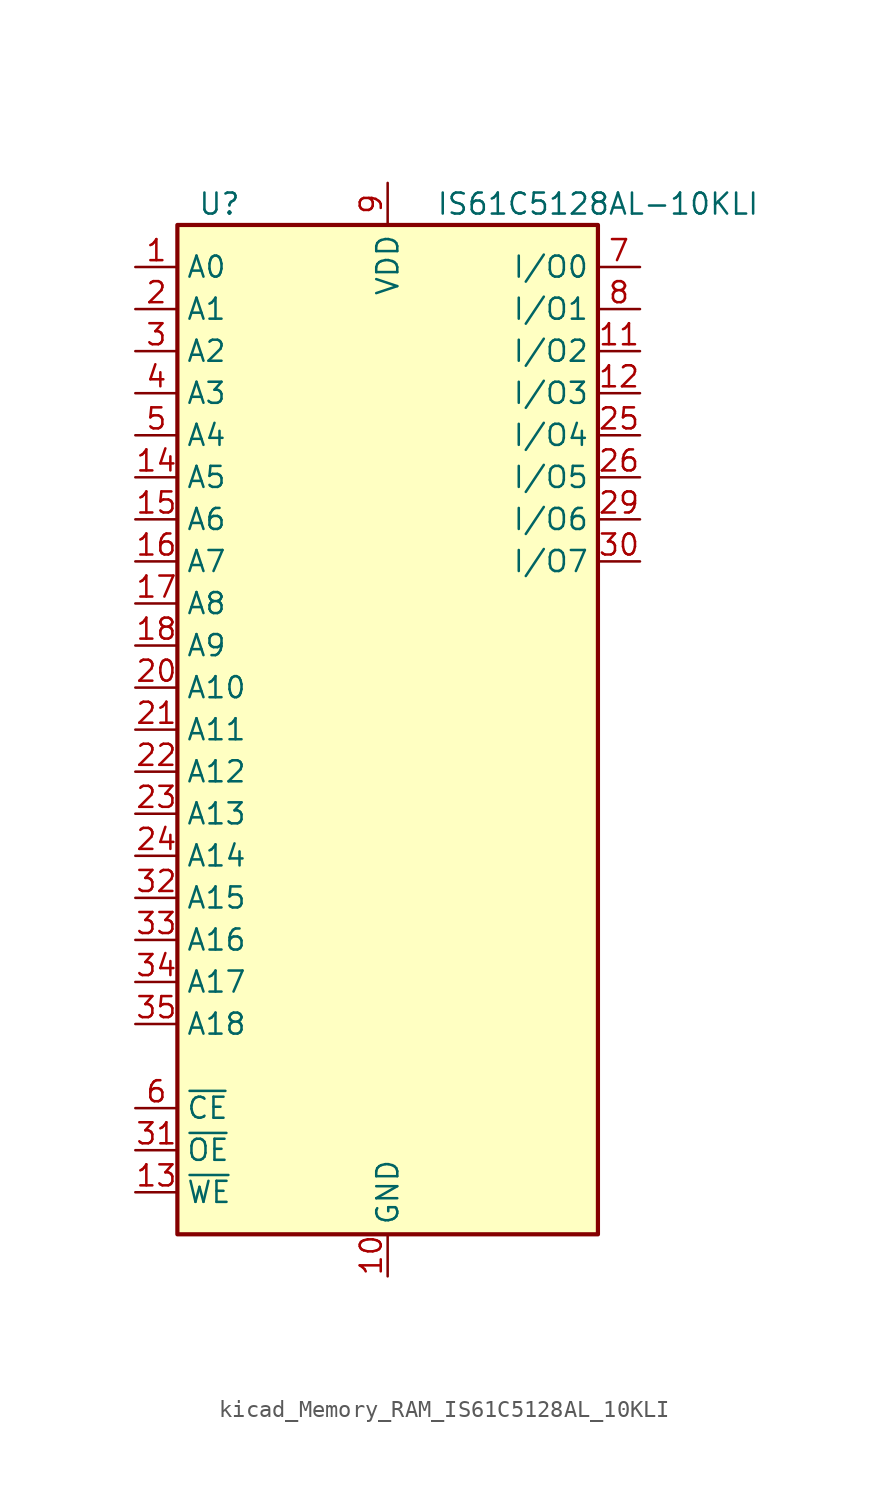
<source format=kicad_sym>
(kicad_symbol_lib
  (version 20220914)
  (generator kicad_symbol_editor)
  (symbol "kicad_Memory_RAM_IS61C5128AL_10KLI"
    (property "Reference" "U"
      (at -10.16 31.75 0)
      (effects (font (size 1.27 1.27))))
    (property "Value" "IS61C5128AL-10KLI"
      (at 12.7 31.75 0)
      (effects (font (size 1.27 1.27))))
    (symbol "kicad_Memory_RAM_IS61C5128AL_10KLI_0_1"
      (rectangle (start -12.7 30.48) (end 12.7 -30.48) (stroke (width 0.254) (type default)) (fill (type background))))
    (symbol "kicad_Memory_RAM_IS61C5128AL_10KLI_1_1"
      (pin input line (at -15.24 27.94 0) (length 2.54) (name "A0" (effects (font (size 1.27 1.27)))) (number "1" (effects (font (size 1.27 1.27)))))
      (pin power_in line (at 0 -33.02 90) (length 2.54) (name "GND" (effects (font (size 1.27 1.27)))) (number "10" (effects (font (size 1.27 1.27)))))
      (pin bidirectional line (at 15.24 22.86 180) (length 2.54) (name "I/O2" (effects (font (size 1.27 1.27)))) (number "11" (effects (font (size 1.27 1.27)))))
      (pin bidirectional line (at 15.24 20.32 180) (length 2.54) (name "I/O3" (effects (font (size 1.27 1.27)))) (number "12" (effects (font (size 1.27 1.27)))))
      (pin input line (at -15.24 -27.94 0) (length 2.54) (name "~{WE}" (effects (font (size 1.27 1.27)))) (number "13" (effects (font (size 1.27 1.27)))))
      (pin input line (at -15.24 15.24 0) (length 2.54) (name "A5" (effects (font (size 1.27 1.27)))) (number "14" (effects (font (size 1.27 1.27)))))
      (pin input line (at -15.24 12.7 0) (length 2.54) (name "A6" (effects (font (size 1.27 1.27)))) (number "15" (effects (font (size 1.27 1.27)))))
      (pin input line (at -15.24 10.16 0) (length 2.54) (name "A7" (effects (font (size 1.27 1.27)))) (number "16" (effects (font (size 1.27 1.27)))))
      (pin input line (at -15.24 7.62 0) (length 2.54) (name "A8" (effects (font (size 1.27 1.27)))) (number "17" (effects (font (size 1.27 1.27)))))
      (pin input line (at -15.24 5.08 0) (length 2.54) (name "A9" (effects (font (size 1.27 1.27)))) (number "18" (effects (font (size 1.27 1.27)))))
      (pin no_connect line (at 12.7 -27.94 180) (length 2.54) hide (name "NC" (effects (font (size 1.27 1.27)))) (number "19" (effects (font (size 1.27 1.27)))))
      (pin input line (at -15.24 25.4 0) (length 2.54) (name "A1" (effects (font (size 1.27 1.27)))) (number "2" (effects (font (size 1.27 1.27)))))
      (pin input line (at -15.24 2.54 0) (length 2.54) (name "A10" (effects (font (size 1.27 1.27)))) (number "20" (effects (font (size 1.27 1.27)))))
      (pin input line (at -15.24 0 0) (length 2.54) (name "A11" (effects (font (size 1.27 1.27)))) (number "21" (effects (font (size 1.27 1.27)))))
      (pin input line (at -15.24 -2.54 0) (length 2.54) (name "A12" (effects (font (size 1.27 1.27)))) (number "22" (effects (font (size 1.27 1.27)))))
      (pin input line (at -15.24 -5.08 0) (length 2.54) (name "A13" (effects (font (size 1.27 1.27)))) (number "23" (effects (font (size 1.27 1.27)))))
      (pin input line (at -15.24 -7.62 0) (length 2.54) (name "A14" (effects (font (size 1.27 1.27)))) (number "24" (effects (font (size 1.27 1.27)))))
      (pin bidirectional line (at 15.24 17.78 180) (length 2.54) (name "I/O4" (effects (font (size 1.27 1.27)))) (number "25" (effects (font (size 1.27 1.27)))))
      (pin bidirectional line (at 15.24 15.24 180) (length 2.54) (name "I/O5" (effects (font (size 1.27 1.27)))) (number "26" (effects (font (size 1.27 1.27)))))
      (pin passive line (at 0 33.02 270) (length 2.54) hide (name "VDD" (effects (font (size 1.27 1.27)))) (number "27" (effects (font (size 1.27 1.27)))))
      (pin passive line (at 0 -33.02 90) (length 2.54) hide (name "GND" (effects (font (size 1.27 1.27)))) (number "28" (effects (font (size 1.27 1.27)))))
      (pin bidirectional line (at 15.24 12.7 180) (length 2.54) (name "I/O6" (effects (font (size 1.27 1.27)))) (number "29" (effects (font (size 1.27 1.27)))))
      (pin input line (at -15.24 22.86 0) (length 2.54) (name "A2" (effects (font (size 1.27 1.27)))) (number "3" (effects (font (size 1.27 1.27)))))
      (pin bidirectional line (at 15.24 10.16 180) (length 2.54) (name "I/O7" (effects (font (size 1.27 1.27)))) (number "30" (effects (font (size 1.27 1.27)))))
      (pin input line (at -15.24 -25.4 0) (length 2.54) (name "~{OE}" (effects (font (size 1.27 1.27)))) (number "31" (effects (font (size 1.27 1.27)))))
      (pin input line (at -15.24 -10.16 0) (length 2.54) (name "A15" (effects (font (size 1.27 1.27)))) (number "32" (effects (font (size 1.27 1.27)))))
      (pin input line (at -15.24 -12.7 0) (length 2.54) (name "A16" (effects (font (size 1.27 1.27)))) (number "33" (effects (font (size 1.27 1.27)))))
      (pin input line (at -15.24 -15.24 0) (length 2.54) (name "A17" (effects (font (size 1.27 1.27)))) (number "34" (effects (font (size 1.27 1.27)))))
      (pin input line (at -15.24 -17.78 0) (length 2.54) (name "A18" (effects (font (size 1.27 1.27)))) (number "35" (effects (font (size 1.27 1.27)))))
      (pin no_connect line (at 12.7 -25.4 180) (length 2.54) hide (name "NC" (effects (font (size 1.27 1.27)))) (number "36" (effects (font (size 1.27 1.27)))))
      (pin input line (at -15.24 20.32 0) (length 2.54) (name "A3" (effects (font (size 1.27 1.27)))) (number "4" (effects (font (size 1.27 1.27)))))
      (pin input line (at -15.24 17.78 0) (length 2.54) (name "A4" (effects (font (size 1.27 1.27)))) (number "5" (effects (font (size 1.27 1.27)))))
      (pin input line (at -15.24 -22.86 0) (length 2.54) (name "~{CE}" (effects (font (size 1.27 1.27)))) (number "6" (effects (font (size 1.27 1.27)))))
      (pin bidirectional line (at 15.24 27.94 180) (length 2.54) (name "I/O0" (effects (font (size 1.27 1.27)))) (number "7" (effects (font (size 1.27 1.27)))))
      (pin bidirectional line (at 15.24 25.4 180) (length 2.54) (name "I/O1" (effects (font (size 1.27 1.27)))) (number "8" (effects (font (size 1.27 1.27)))))
      (pin power_in line (at 0 33.02 270) (length 2.54) (name "VDD" (effects (font (size 1.27 1.27)))) (number "9" (effects (font (size 1.27 1.27))))))))
</source>
